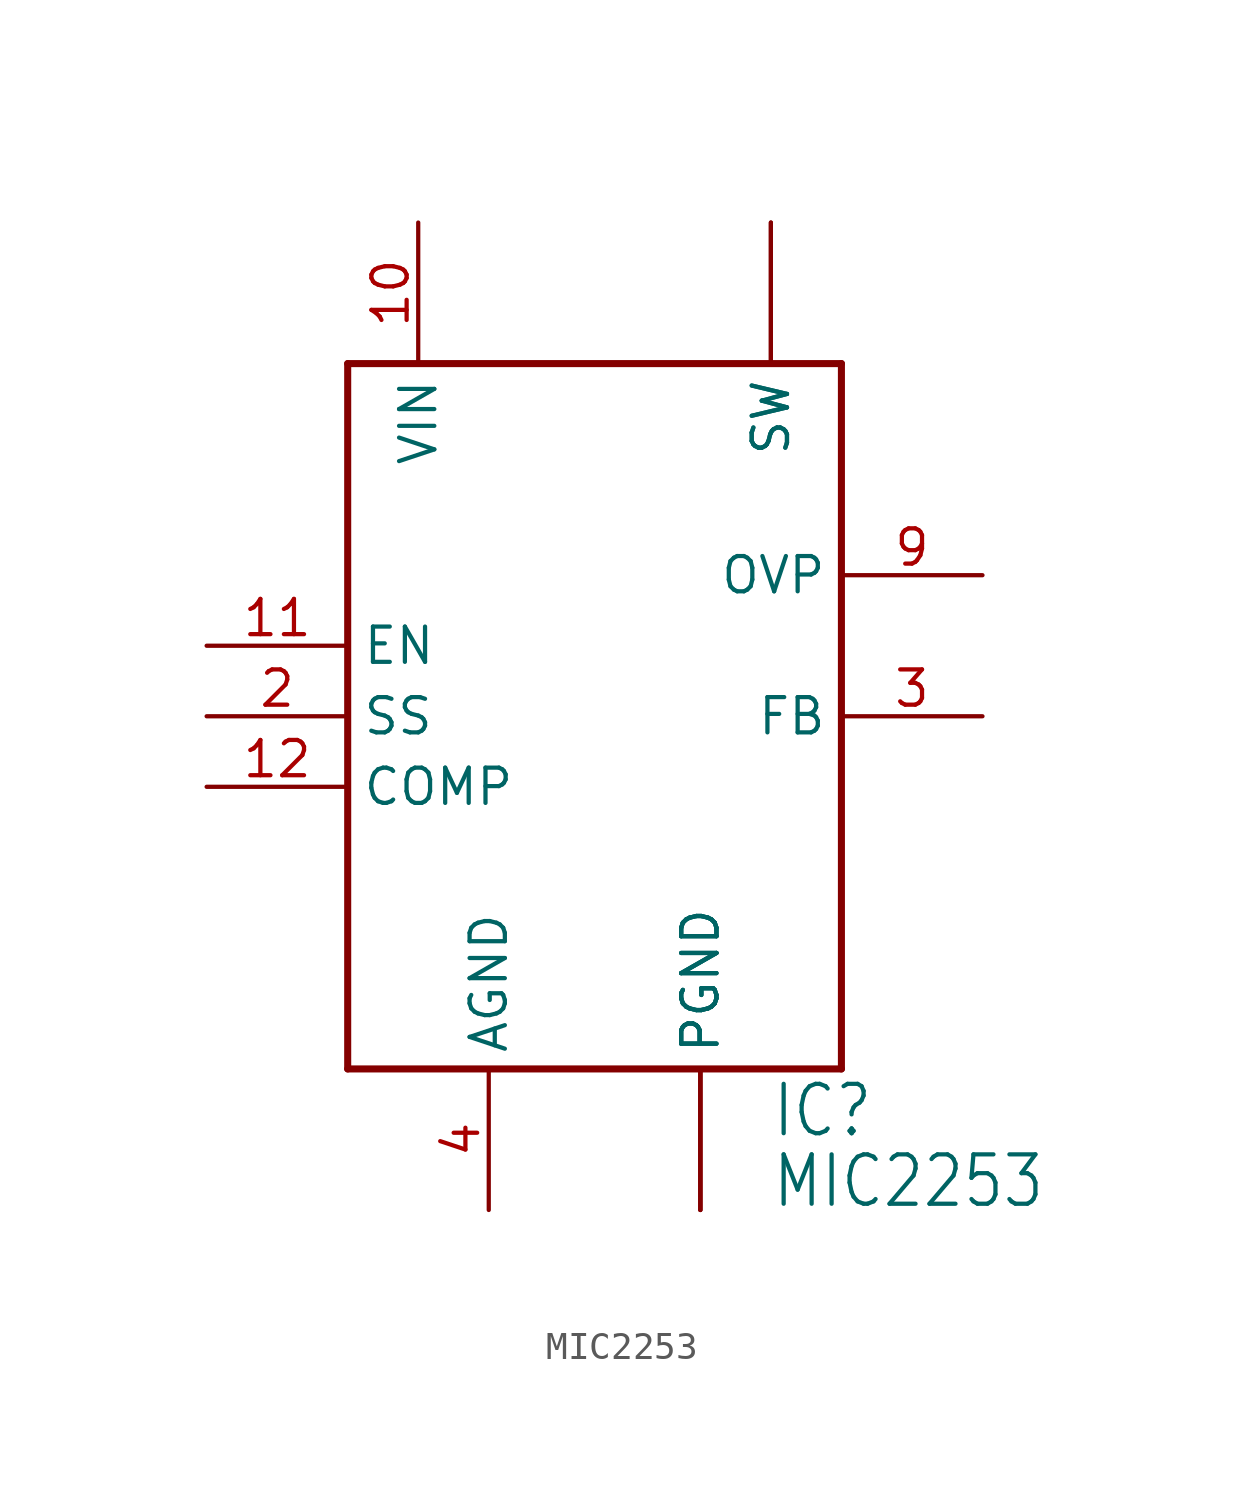
<source format=kicad_sym>
(kicad_symbol_lib
  (version 20201005)
  (generator kicad_symbol_editor)
  (symbol "MIC2253"
    (property "Reference" "IC"
      (at 5.08 -12.7 0)
      (effects (font (size 1.778 1.511)) (justify left bottom)))
    (property "Value" "MIC2253"
      (at 5.08 -15.24 0)
      (effects (font (size 1.778 1.511)) (justify left bottom)))
    (property "ki_locked" ""
      (at 0 0 0)
      (effects (font (size 1.27 1.27))))
    (symbol "MIC2253_1_0"
      (polyline (pts (xy -10.16 -10.16) (xy -10.16 15.24)) (stroke (width 0.254)) (fill (type none)))
      (polyline (pts (xy -10.16 15.24) (xy 7.62 15.24)) (stroke (width 0.254)) (fill (type none)))
      (polyline (pts (xy 7.62 -10.16) (xy -10.16 -10.16)) (stroke (width 0.254)) (fill (type none)))
      (polyline (pts (xy 7.62 15.24) (xy 7.62 -10.16)) (stroke (width 0.254)) (fill (type none)))
      (pin bidirectional line (at -7.62 20.32 270) (length 5.08) (name "VIN" (effects (font (size 1.27 1.27)))) (number "10" (effects (font (size 1.27 1.27)))))
      (pin bidirectional line (at -15.24 5.08 0) (length 5.08) (name "EN" (effects (font (size 1.27 1.27)))) (number "11" (effects (font (size 1.27 1.27)))))
      (pin bidirectional line (at -15.24 0 0) (length 5.08) (name "COMP" (effects (font (size 1.27 1.27)))) (number "12" (effects (font (size 1.27 1.27)))))
      (pin bidirectional line (at 2.54 -15.24 90) (length 5.08) (name "PGND" (effects (font (size 1.27 1.27)))) (number "13" (effects (font (size 0 0)))))
      (pin bidirectional line (at -15.24 2.54 0) (length 5.08) (name "SS" (effects (font (size 1.27 1.27)))) (number "2" (effects (font (size 1.27 1.27)))))
      (pin bidirectional line (at 12.7 2.54 180) (length 5.08) (name "FB" (effects (font (size 1.27 1.27)))) (number "3" (effects (font (size 1.27 1.27)))))
      (pin bidirectional line (at -5.08 -15.24 90) (length 5.08) (name "AGND" (effects (font (size 1.27 1.27)))) (number "4" (effects (font (size 1.27 1.27)))))
      (pin bidirectional line (at 2.54 -15.24 90) (length 5.08) (name "PGND" (effects (font (size 1.27 1.27)))) (number "5" (effects (font (size 0 0)))))
      (pin bidirectional line (at 2.54 -15.24 90) (length 5.08) (name "PGND" (effects (font (size 1.27 1.27)))) (number "6" (effects (font (size 0 0)))))
      (pin bidirectional line (at 5.08 20.32 270) (length 5.08) (name "SW" (effects (font (size 1.27 1.27)))) (number "7" (effects (font (size 0 0)))))
      (pin bidirectional line (at 5.08 20.32 270) (length 5.08) (name "SW" (effects (font (size 1.27 1.27)))) (number "8" (effects (font (size 0 0)))))
      (pin bidirectional line (at 12.7 7.62 180) (length 5.08) (name "OVP" (effects (font (size 1.27 1.27)))) (number "9" (effects (font (size 1.27 1.27))))))))
</source>
